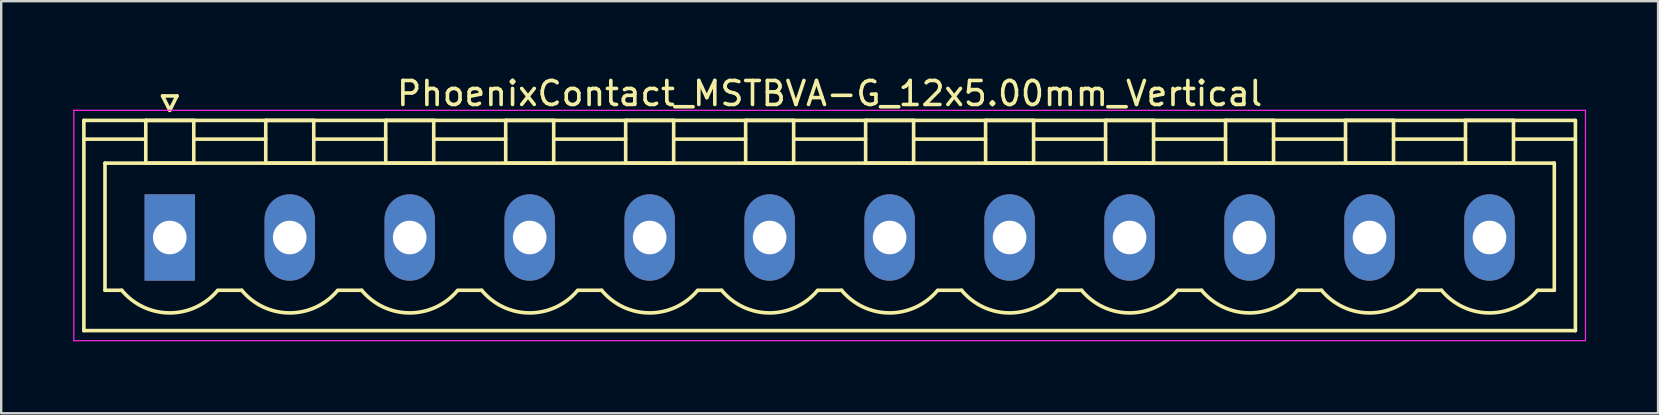
<source format=kicad_pcb>
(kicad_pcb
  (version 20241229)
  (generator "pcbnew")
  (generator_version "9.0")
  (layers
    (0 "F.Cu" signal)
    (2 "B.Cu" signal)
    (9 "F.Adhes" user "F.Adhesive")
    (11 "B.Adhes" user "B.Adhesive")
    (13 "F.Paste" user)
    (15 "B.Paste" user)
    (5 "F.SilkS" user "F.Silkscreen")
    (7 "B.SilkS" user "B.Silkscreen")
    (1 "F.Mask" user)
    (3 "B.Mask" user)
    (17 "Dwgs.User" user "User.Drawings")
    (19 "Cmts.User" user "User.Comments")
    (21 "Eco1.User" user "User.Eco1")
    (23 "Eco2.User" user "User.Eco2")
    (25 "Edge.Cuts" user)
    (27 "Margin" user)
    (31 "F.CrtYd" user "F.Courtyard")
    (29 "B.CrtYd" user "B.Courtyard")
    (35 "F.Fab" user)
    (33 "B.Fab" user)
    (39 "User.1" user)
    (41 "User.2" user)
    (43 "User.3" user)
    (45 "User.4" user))
  (footprint "PhoenixContact_MSTBVA-G_12x5.00mm_Vertical"
    (layer "F.Cu")
    (at 4.025 6.848)
    (property "Reference" "PhoenixContact_MSTBVA-G_12x5.00mm_Vertical" (at 27.5 -6 0) (layer "F.SilkS") (effects (font (size 1 1) (thickness 0.15))))
    (attr through_hole)
    (fp_line (start -3.58 -4.88) (end -3.58 3.88) (stroke (width 0.15) (type solid)) (layer "F.SilkS"))
    (fp_line (start -3.58 -4.1) (end -1.08 -4.1) (stroke (width 0.15) (type solid)) (layer "F.SilkS"))
    (fp_line (start -3.58 3.88) (end 58.58 3.88) (stroke (width 0.15) (type solid)) (layer "F.SilkS"))
    (fp_line (start -2.7 -3.1) (end 57.7 -3.1) (stroke (width 0.15) (type solid)) (layer "F.SilkS"))
    (fp_line (start -2.7 2.2) (end -2.7 -3.1) (stroke (width 0.15) (type solid)) (layer "F.SilkS"))
    (fp_line (start -2 2.2) (end -2.7 2.2) (stroke (width 0.15) (type solid)) (layer "F.SilkS"))
    (fp_line (start -1 -4.88) (end 1 -4.88) (stroke (width 0.15) (type solid)) (layer "F.SilkS"))
    (fp_line (start -1 -3.1) (end -1 -4.88) (stroke (width 0.15) (type solid)) (layer "F.SilkS"))
    (fp_line (start -0.3 -5.9) (end 0 -5.3) (stroke (width 0.15) (type solid)) (layer "F.SilkS"))
    (fp_line (start 0 -5.3) (end 0.3 -5.9) (stroke (width 0.15) (type solid)) (layer "F.SilkS"))
    (fp_line (start 0.3 -5.9) (end -0.3 -5.9) (stroke (width 0.15) (type solid)) (layer "F.SilkS"))
    (fp_line (start 1 -4.88) (end 1 -3.1) (stroke (width 0.15) (type solid)) (layer "F.SilkS"))
    (fp_line (start 1 -4.1) (end 4 -4.1) (stroke (width 0.15) (type solid)) (layer "F.SilkS"))
    (fp_line (start 1 -3.1) (end -1 -3.1) (stroke (width 0.15) (type solid)) (layer "F.SilkS"))
    (fp_line (start 2 2.2) (end 3 2.2) (stroke (width 0.15) (type solid)) (layer "F.SilkS"))
    (fp_line (start 4 -4.88) (end 6 -4.88) (stroke (width 0.15) (type solid)) (layer "F.SilkS"))
    (fp_line (start 4 -3.1) (end 4 -4.88) (stroke (width 0.15) (type solid)) (layer "F.SilkS"))
    (fp_line (start 6 -4.88) (end 6 -3.1) (stroke (width 0.15) (type solid)) (layer "F.SilkS"))
    (fp_line (start 6 -4.1) (end 9 -4.1) (stroke (width 0.15) (type solid)) (layer "F.SilkS"))
    (fp_line (start 6 -3.1) (end 4 -3.1) (stroke (width 0.15) (type solid)) (layer "F.SilkS"))
    (fp_line (start 7 2.2) (end 8 2.2) (stroke (width 0.15) (type solid)) (layer "F.SilkS"))
    (fp_line (start 9 -4.88) (end 11 -4.88) (stroke (width 0.15) (type solid)) (layer "F.SilkS"))
    (fp_line (start 9 -3.1) (end 9 -4.88) (stroke (width 0.15) (type solid)) (layer "F.SilkS"))
    (fp_line (start 11 -4.88) (end 11 -3.1) (stroke (width 0.15) (type solid)) (layer "F.SilkS"))
    (fp_line (start 11 -4.1) (end 14 -4.1) (stroke (width 0.15) (type solid)) (layer "F.SilkS"))
    (fp_line (start 11 -3.1) (end 9 -3.1) (stroke (width 0.15) (type solid)) (layer "F.SilkS"))
    (fp_line (start 12 2.2) (end 13 2.2) (stroke (width 0.15) (type solid)) (layer "F.SilkS"))
    (fp_line (start 14 -4.88) (end 16 -4.88) (stroke (width 0.15) (type solid)) (layer "F.SilkS"))
    (fp_line (start 14 -3.1) (end 14 -4.88) (stroke (width 0.15) (type solid)) (layer "F.SilkS"))
    (fp_line (start 16 -4.88) (end 16 -3.1) (stroke (width 0.15) (type solid)) (layer "F.SilkS"))
    (fp_line (start 16 -4.1) (end 19 -4.1) (stroke (width 0.15) (type solid)) (layer "F.SilkS"))
    (fp_line (start 16 -3.1) (end 14 -3.1) (stroke (width 0.15) (type solid)) (layer "F.SilkS"))
    (fp_line (start 17 2.2) (end 18 2.2) (stroke (width 0.15) (type solid)) (layer "F.SilkS"))
    (fp_line (start 19 -4.88) (end 21 -4.88) (stroke (width 0.15) (type solid)) (layer "F.SilkS"))
    (fp_line (start 19 -3.1) (end 19 -4.88) (stroke (width 0.15) (type solid)) (layer "F.SilkS"))
    (fp_line (start 21 -4.88) (end 21 -3.1) (stroke (width 0.15) (type solid)) (layer "F.SilkS"))
    (fp_line (start 21 -4.1) (end 24 -4.1) (stroke (width 0.15) (type solid)) (layer "F.SilkS"))
    (fp_line (start 21 -3.1) (end 19 -3.1) (stroke (width 0.15) (type solid)) (layer "F.SilkS"))
    (fp_line (start 22 2.2) (end 23 2.2) (stroke (width 0.15) (type solid)) (layer "F.SilkS"))
    (fp_line (start 24 -4.88) (end 26 -4.88) (stroke (width 0.15) (type solid)) (layer "F.SilkS"))
    (fp_line (start 24 -3.1) (end 24 -4.88) (stroke (width 0.15) (type solid)) (layer "F.SilkS"))
    (fp_line (start 26 -4.88) (end 26 -3.1) (stroke (width 0.15) (type solid)) (layer "F.SilkS"))
    (fp_line (start 26 -4.1) (end 29 -4.1) (stroke (width 0.15) (type solid)) (layer "F.SilkS"))
    (fp_line (start 26 -3.1) (end 24 -3.1) (stroke (width 0.15) (type solid)) (layer "F.SilkS"))
    (fp_line (start 27 2.2) (end 28 2.2) (stroke (width 0.15) (type solid)) (layer "F.SilkS"))
    (fp_line (start 29 -4.88) (end 31 -4.88) (stroke (width 0.15) (type solid)) (layer "F.SilkS"))
    (fp_line (start 29 -3.1) (end 29 -4.88) (stroke (width 0.15) (type solid)) (layer "F.SilkS"))
    (fp_line (start 31 -4.88) (end 31 -3.1) (stroke (width 0.15) (type solid)) (layer "F.SilkS"))
    (fp_line (start 31 -4.1) (end 34 -4.1) (stroke (width 0.15) (type solid)) (layer "F.SilkS"))
    (fp_line (start 31 -3.1) (end 29 -3.1) (stroke (width 0.15) (type solid)) (layer "F.SilkS"))
    (fp_line (start 32 2.2) (end 33 2.2) (stroke (width 0.15) (type solid)) (layer "F.SilkS"))
    (fp_line (start 34 -4.88) (end 36 -4.88) (stroke (width 0.15) (type solid)) (layer "F.SilkS"))
    (fp_line (start 34 -3.1) (end 34 -4.88) (stroke (width 0.15) (type solid)) (layer "F.SilkS"))
    (fp_line (start 36 -4.88) (end 36 -3.1) (stroke (width 0.15) (type solid)) (layer "F.SilkS"))
    (fp_line (start 36 -4.1) (end 39 -4.1) (stroke (width 0.15) (type solid)) (layer "F.SilkS"))
    (fp_line (start 36 -3.1) (end 34 -3.1) (stroke (width 0.15) (type solid)) (layer "F.SilkS"))
    (fp_line (start 37 2.2) (end 38 2.2) (stroke (width 0.15) (type solid)) (layer "F.SilkS"))
    (fp_line (start 39 -4.88) (end 41 -4.88) (stroke (width 0.15) (type solid)) (layer "F.SilkS"))
    (fp_line (start 39 -3.1) (end 39 -4.88) (stroke (width 0.15) (type solid)) (layer "F.SilkS"))
    (fp_line (start 41 -4.88) (end 41 -3.1) (stroke (width 0.15) (type solid)) (layer "F.SilkS"))
    (fp_line (start 41 -4.1) (end 44 -4.1) (stroke (width 0.15) (type solid)) (layer "F.SilkS"))
    (fp_line (start 41 -3.1) (end 39 -3.1) (stroke (width 0.15) (type solid)) (layer "F.SilkS"))
    (fp_line (start 42 2.2) (end 43 2.2) (stroke (width 0.15) (type solid)) (layer "F.SilkS"))
    (fp_line (start 44 -4.88) (end 46 -4.88) (stroke (width 0.15) (type solid)) (layer "F.SilkS"))
    (fp_line (start 44 -3.1) (end 44 -4.88) (stroke (width 0.15) (type solid)) (layer "F.SilkS"))
    (fp_line (start 46 -4.88) (end 46 -3.1) (stroke (width 0.15) (type solid)) (layer "F.SilkS"))
    (fp_line (start 46 -4.1) (end 49 -4.1) (stroke (width 0.15) (type solid)) (layer "F.SilkS"))
    (fp_line (start 46 -3.1) (end 44 -3.1) (stroke (width 0.15) (type solid)) (layer "F.SilkS"))
    (fp_line (start 47 2.2) (end 48 2.2) (stroke (width 0.15) (type solid)) (layer "F.SilkS"))
    (fp_line (start 49 -4.88) (end 51 -4.88) (stroke (width 0.15) (type solid)) (layer "F.SilkS"))
    (fp_line (start 49 -3.1) (end 49 -4.88) (stroke (width 0.15) (type solid)) (layer "F.SilkS"))
    (fp_line (start 51 -4.88) (end 51 -3.1) (stroke (width 0.15) (type solid)) (layer "F.SilkS"))
    (fp_line (start 51 -4.1) (end 54 -4.1) (stroke (width 0.15) (type solid)) (layer "F.SilkS"))
    (fp_line (start 51 -3.1) (end 49 -3.1) (stroke (width 0.15) (type solid)) (layer "F.SilkS"))
    (fp_line (start 52 2.2) (end 53 2.2) (stroke (width 0.15) (type solid)) (layer "F.SilkS"))
    (fp_line (start 54 -4.88) (end 56 -4.88) (stroke (width 0.15) (type solid)) (layer "F.SilkS"))
    (fp_line (start 54 -3.1) (end 54 -4.88) (stroke (width 0.15) (type solid)) (layer "F.SilkS"))
    (fp_line (start 56 -4.88) (end 56 -3.1) (stroke (width 0.15) (type solid)) (layer "F.SilkS"))
    (fp_line (start 56 -3.1) (end 54 -3.1) (stroke (width 0.15) (type solid)) (layer "F.SilkS"))
    (fp_line (start 57.7 -3.1) (end 57.7 2.2) (stroke (width 0.15) (type solid)) (layer "F.SilkS"))
    (fp_line (start 57.7 2.2) (end 57 2.2) (stroke (width 0.15) (type solid)) (layer "F.SilkS"))
    (fp_line (start 58.58 -4.88) (end -3.58 -4.88) (stroke (width 0.15) (type solid)) (layer "F.SilkS"))
    (fp_line (start 58.58 -4.1) (end 56.08 -4.1) (stroke (width 0.15) (type solid)) (layer "F.SilkS"))
    (fp_line (start 58.58 3.88) (end 58.58 -4.88) (stroke (width 0.15) (type solid)) (layer "F.SilkS"))
    (fp_arc (start 1.986842 2.215821) (mid -0.010289 3.142758) (end -2 2.2) (stroke (width 0.15) (type solid)) (layer "F.SilkS"))
    (fp_arc (start 6.986842 2.215821) (mid 4.989711 3.142758) (end 3 2.2) (stroke (width 0.15) (type solid)) (layer "F.SilkS"))
    (fp_arc (start 11.986842 2.215821) (mid 9.989711 3.142758) (end 8 2.2) (stroke (width 0.15) (type solid)) (layer "F.SilkS"))
    (fp_arc (start 16.986842 2.215821) (mid 14.989711 3.142758) (end 13 2.2) (stroke (width 0.15) (type solid)) (layer "F.SilkS"))
    (fp_arc (start 21.986842 2.215821) (mid 19.989711 3.142758) (end 18 2.2) (stroke (width 0.15) (type solid)) (layer "F.SilkS"))
    (fp_arc (start 26.986842 2.215821) (mid 24.989711 3.142758) (end 23 2.2) (stroke (width 0.15) (type solid)) (layer "F.SilkS"))
    (fp_arc (start 31.986842 2.215821) (mid 29.989711 3.142758) (end 28 2.2) (stroke (width 0.15) (type solid)) (layer "F.SilkS"))
    (fp_arc (start 36.986842 2.215821) (mid 34.989711 3.142758) (end 33 2.2) (stroke (width 0.15) (type solid)) (layer "F.SilkS"))
    (fp_arc (start 41.986842 2.215821) (mid 39.989711 3.142758) (end 38 2.2) (stroke (width 0.15) (type solid)) (layer "F.SilkS"))
    (fp_arc (start 46.986842 2.215821) (mid 44.989711 3.142758) (end 43 2.2) (stroke (width 0.15) (type solid)) (layer "F.SilkS"))
    (fp_arc (start 51.986842 2.215821) (mid 49.989711 3.142758) (end 48 2.2) (stroke (width 0.15) (type solid)) (layer "F.SilkS"))
    (fp_arc (start 56.986842 2.215821) (mid 54.989711 3.142758) (end 53 2.2) (stroke (width 0.15) (type solid)) (layer "F.SilkS"))
    (fp_line (start -4 -5.3) (end -4 4.3) (stroke (width 0.05) (type solid)) (layer "F.CrtYd"))
    (fp_line (start -4 4.3) (end 59 4.3) (stroke (width 0.05) (type solid)) (layer "F.CrtYd"))
    (fp_line (start 59 -5.3) (end -4 -5.3) (stroke (width 0.05) (type solid)) (layer "F.CrtYd"))
    (fp_line (start 59 4.3) (end 59 -5.3) (stroke (width 0.05) (type solid)) (layer "F.CrtYd"))
    (pad "1" thru_hole rect (at 0 0) (size 2.1 3.6) (drill 1.4) (layers "*.Cu" "*.Mask"))
    (pad "2" thru_hole oval (at 5 0) (size 2.1 3.6) (drill 1.4) (layers "*.Cu" "*.Mask"))
    (pad "3" thru_hole oval (at 10 0) (size 2.1 3.6) (drill 1.4) (layers "*.Cu" "*.Mask"))
    (pad "4" thru_hole oval (at 15 0) (size 2.1 3.6) (drill 1.4) (layers "*.Cu" "*.Mask"))
    (pad "5" thru_hole oval (at 20 0) (size 2.1 3.6) (drill 1.4) (layers "*.Cu" "*.Mask"))
    (pad "6" thru_hole oval (at 25 0) (size 2.1 3.6) (drill 1.4) (layers "*.Cu" "*.Mask"))
    (pad "7" thru_hole oval (at 30 0) (size 2.1 3.6) (drill 1.4) (layers "*.Cu" "*.Mask"))
    (pad "8" thru_hole oval (at 35 0) (size 2.1 3.6) (drill 1.4) (layers "*.Cu" "*.Mask"))
    (pad "9" thru_hole oval (at 40 0) (size 2.1 3.6) (drill 1.4) (layers "*.Cu" "*.Mask"))
    (pad "10" thru_hole oval (at 45 0) (size 2.1 3.6) (drill 1.4) (layers "*.Cu" "*.Mask"))
    (pad "11" thru_hole oval (at 50 0) (size 2.1 3.6) (drill 1.4) (layers "*.Cu" "*.Mask"))
    (pad "12" thru_hole oval (at 55 0) (size 2.1 3.6) (drill 1.4) (layers "*.Cu" "*.Mask")))
  (gr_rect
    (start -3 -3)
    (end 66.05 14.173)
    (stroke (width 0.1) (type default))
    (fill no)
    (layer "Edge.Cuts")))
</source>
